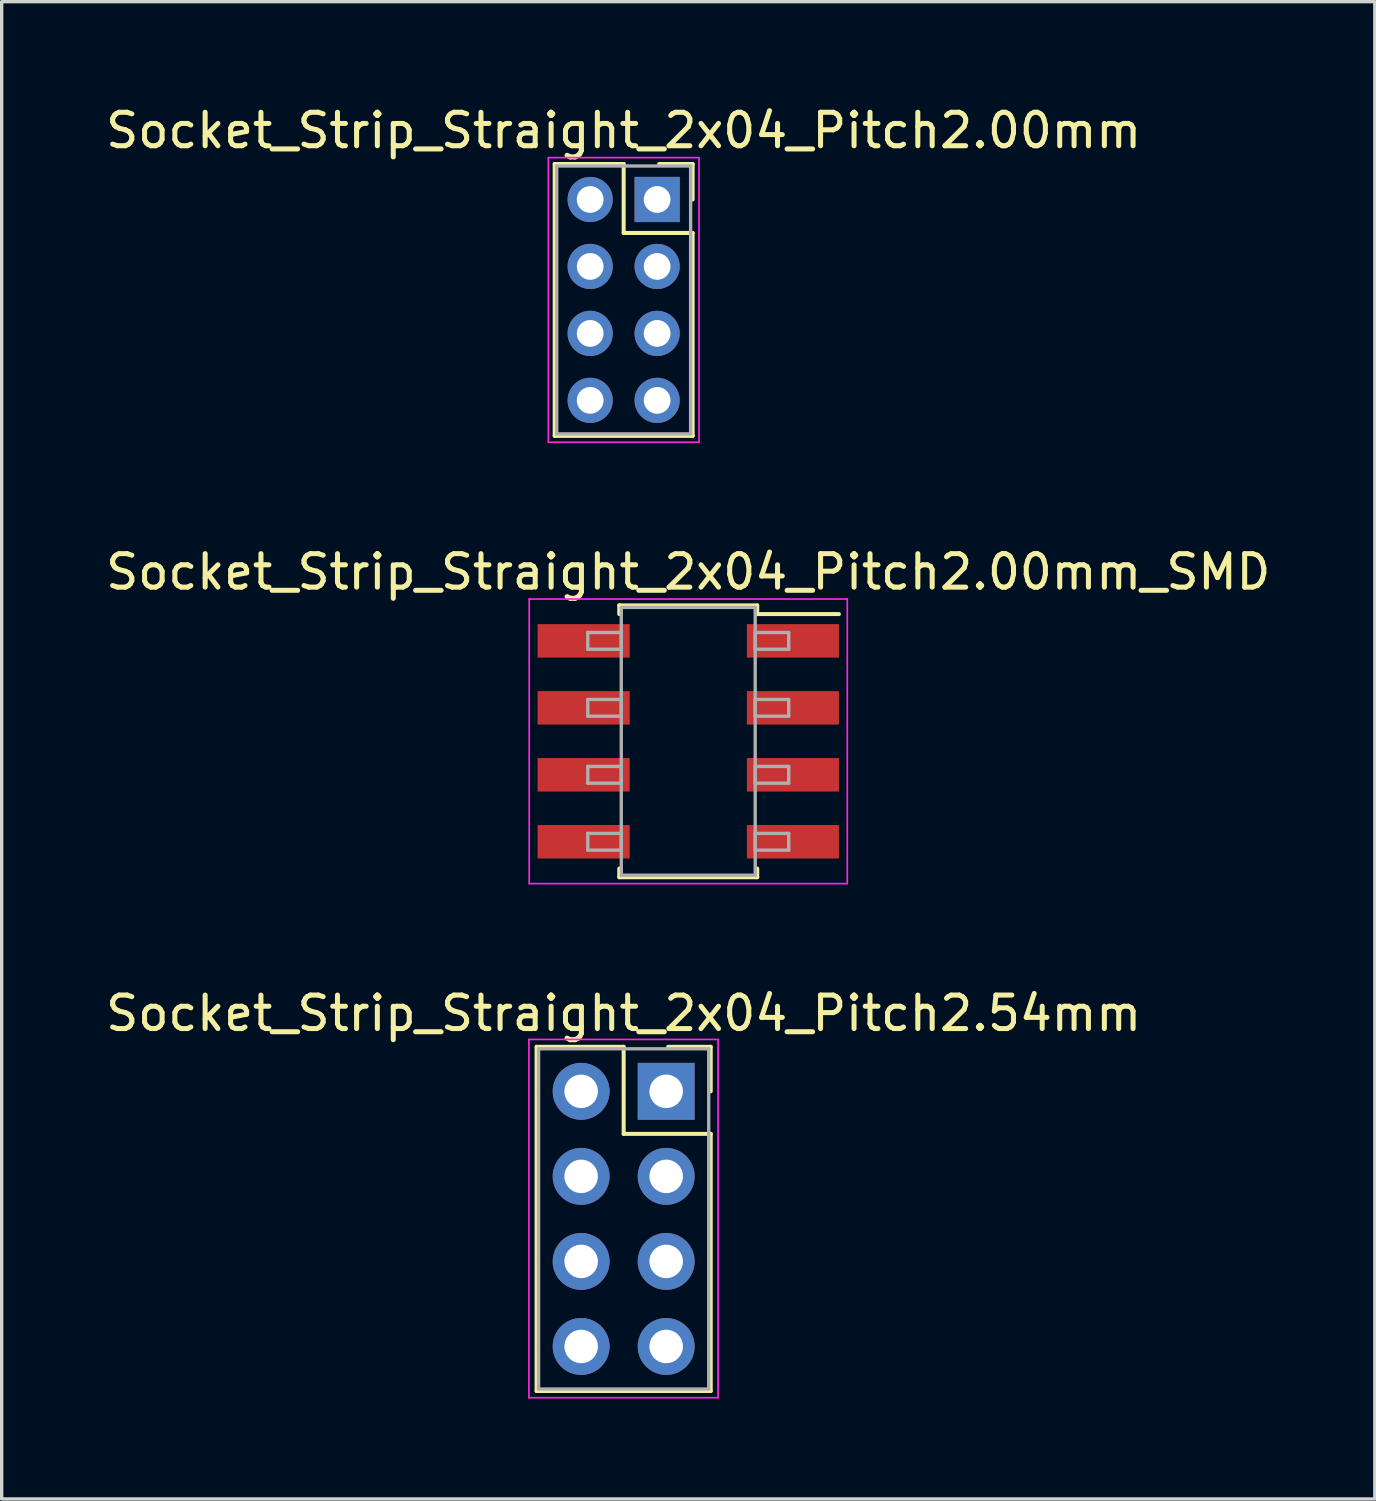
<source format=kicad_pcb>
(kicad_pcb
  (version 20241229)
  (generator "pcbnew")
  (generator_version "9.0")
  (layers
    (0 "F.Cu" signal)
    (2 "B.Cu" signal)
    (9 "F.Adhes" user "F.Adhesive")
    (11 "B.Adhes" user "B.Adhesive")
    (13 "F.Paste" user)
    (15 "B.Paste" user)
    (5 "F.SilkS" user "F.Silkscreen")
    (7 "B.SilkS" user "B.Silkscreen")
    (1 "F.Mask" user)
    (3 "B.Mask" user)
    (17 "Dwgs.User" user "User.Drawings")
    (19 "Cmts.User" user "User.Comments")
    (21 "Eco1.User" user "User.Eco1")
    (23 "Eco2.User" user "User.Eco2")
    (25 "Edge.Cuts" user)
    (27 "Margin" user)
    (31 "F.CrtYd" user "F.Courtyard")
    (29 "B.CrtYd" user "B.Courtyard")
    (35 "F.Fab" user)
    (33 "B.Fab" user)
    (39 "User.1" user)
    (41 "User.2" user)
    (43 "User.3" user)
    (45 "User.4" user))
  (footprint "Socket_Strip_Straight_2x04_Pitch2.00mm_SMD"
    (layer "F.Cu")
    (at 17.506 19.091)
    (property "Reference" "Socket_Strip_Straight_2x04_Pitch2.00mm_SMD" (at 0 -5.06 0) (layer "F.SilkS") (effects (font (size 1 1) (thickness 0.15))))
    (attr smd)
    (fp_line (start -2.06 -4.06) (end 2.06 -4.06) (stroke (width 0.12) (type solid)) (layer "F.SilkS"))
    (fp_line (start -2.06 -3.8) (end -2.06 -4.06) (stroke (width 0.12) (type solid)) (layer "F.SilkS"))
    (fp_line (start -2.06 3.8) (end -2.06 4.06) (stroke (width 0.12) (type solid)) (layer "F.SilkS"))
    (fp_line (start -2.06 4.06) (end 2.06 4.06) (stroke (width 0.12) (type solid)) (layer "F.SilkS"))
    (fp_line (start 2.06 -4.06) (end 2.06 -3.8) (stroke (width 0.12) (type solid)) (layer "F.SilkS"))
    (fp_line (start 2.06 4.06) (end 2.06 3.8) (stroke (width 0.12) (type solid)) (layer "F.SilkS"))
    (fp_line (start 4.5 -3.8) (end 2.06 -3.8) (stroke (width 0.12) (type solid)) (layer "F.SilkS"))
    (fp_line (start -4.75 -4.25) (end -4.75 4.25) (stroke (width 0.05) (type solid)) (layer "F.CrtYd"))
    (fp_line (start -4.75 4.25) (end 4.75 4.25) (stroke (width 0.05) (type solid)) (layer "F.CrtYd"))
    (fp_line (start 4.75 -4.25) (end -4.75 -4.25) (stroke (width 0.05) (type solid)) (layer "F.CrtYd"))
    (fp_line (start 4.75 4.25) (end 4.75 -4.25) (stroke (width 0.05) (type solid)) (layer "F.CrtYd"))
    (fp_line (start -3 -3.25) (end -2 -3.25) (stroke (width 0.1) (type solid)) (layer "F.Fab"))
    (fp_line (start -3 -2.75) (end -3 -3.25) (stroke (width 0.1) (type solid)) (layer "F.Fab"))
    (fp_line (start -3 -1.25) (end -2 -1.25) (stroke (width 0.1) (type solid)) (layer "F.Fab"))
    (fp_line (start -3 -0.75) (end -3 -1.25) (stroke (width 0.1) (type solid)) (layer "F.Fab"))
    (fp_line (start -3 0.75) (end -2 0.75) (stroke (width 0.1) (type solid)) (layer "F.Fab"))
    (fp_line (start -3 1.25) (end -3 0.75) (stroke (width 0.1) (type solid)) (layer "F.Fab"))
    (fp_line (start -3 2.75) (end -2 2.75) (stroke (width 0.1) (type solid)) (layer "F.Fab"))
    (fp_line (start -3 3.25) (end -3 2.75) (stroke (width 0.1) (type solid)) (layer "F.Fab"))
    (fp_line (start -2 -4) (end -2 4) (stroke (width 0.1) (type solid)) (layer "F.Fab"))
    (fp_line (start -2 -3.25) (end -2 -2.75) (stroke (width 0.1) (type solid)) (layer "F.Fab"))
    (fp_line (start -2 -2.75) (end -3 -2.75) (stroke (width 0.1) (type solid)) (layer "F.Fab"))
    (fp_line (start -2 -1.25) (end -2 -0.75) (stroke (width 0.1) (type solid)) (layer "F.Fab"))
    (fp_line (start -2 -0.75) (end -3 -0.75) (stroke (width 0.1) (type solid)) (layer "F.Fab"))
    (fp_line (start -2 0.75) (end -2 1.25) (stroke (width 0.1) (type solid)) (layer "F.Fab"))
    (fp_line (start -2 1.25) (end -3 1.25) (stroke (width 0.1) (type solid)) (layer "F.Fab"))
    (fp_line (start -2 2.75) (end -2 3.25) (stroke (width 0.1) (type solid)) (layer "F.Fab"))
    (fp_line (start -2 3.25) (end -3 3.25) (stroke (width 0.1) (type solid)) (layer "F.Fab"))
    (fp_line (start -2 4) (end 2 4) (stroke (width 0.1) (type solid)) (layer "F.Fab"))
    (fp_line (start 2 -4) (end -2 -4) (stroke (width 0.1) (type solid)) (layer "F.Fab"))
    (fp_line (start 2 -3.25) (end 2 -2.75) (stroke (width 0.1) (type solid)) (layer "F.Fab"))
    (fp_line (start 2 -2.75) (end 3 -2.75) (stroke (width 0.1) (type solid)) (layer "F.Fab"))
    (fp_line (start 2 -1.25) (end 2 -0.75) (stroke (width 0.1) (type solid)) (layer "F.Fab"))
    (fp_line (start 2 -0.75) (end 3 -0.75) (stroke (width 0.1) (type solid)) (layer "F.Fab"))
    (fp_line (start 2 0.75) (end 2 1.25) (stroke (width 0.1) (type solid)) (layer "F.Fab"))
    (fp_line (start 2 1.25) (end 3 1.25) (stroke (width 0.1) (type solid)) (layer "F.Fab"))
    (fp_line (start 2 2.75) (end 2 3.25) (stroke (width 0.1) (type solid)) (layer "F.Fab"))
    (fp_line (start 2 3.25) (end 3 3.25) (stroke (width 0.1) (type solid)) (layer "F.Fab"))
    (fp_line (start 2 4) (end 2 -4) (stroke (width 0.1) (type solid)) (layer "F.Fab"))
    (fp_line (start 3 -3.25) (end 2 -3.25) (stroke (width 0.1) (type solid)) (layer "F.Fab"))
    (fp_line (start 3 -2.75) (end 3 -3.25) (stroke (width 0.1) (type solid)) (layer "F.Fab"))
    (fp_line (start 3 -1.25) (end 2 -1.25) (stroke (width 0.1) (type solid)) (layer "F.Fab"))
    (fp_line (start 3 -0.75) (end 3 -1.25) (stroke (width 0.1) (type solid)) (layer "F.Fab"))
    (fp_line (start 3 0.75) (end 2 0.75) (stroke (width 0.1) (type solid)) (layer "F.Fab"))
    (fp_line (start 3 1.25) (end 3 0.75) (stroke (width 0.1) (type solid)) (layer "F.Fab"))
    (fp_line (start 3 2.75) (end 2 2.75) (stroke (width 0.1) (type solid)) (layer "F.Fab"))
    (fp_line (start 3 3.25) (end 3 2.75) (stroke (width 0.1) (type solid)) (layer "F.Fab"))
    (pad "1" smd rect (at 3.125 -3) (size 2.75 1) (layers "F.Cu" "F.Mask"))
    (pad "2" smd rect (at -3.125 -3) (size 2.75 1) (layers "F.Cu" "F.Mask"))
    (pad "3" smd rect (at 3.125 -1) (size 2.75 1) (layers "F.Cu" "F.Mask"))
    (pad "4" smd rect (at -3.125 -1) (size 2.75 1) (layers "F.Cu" "F.Mask"))
    (pad "5" smd rect (at 3.125 1) (size 2.75 1) (layers "F.Cu" "F.Mask"))
    (pad "6" smd rect (at -3.125 1) (size 2.75 1) (layers "F.Cu" "F.Mask"))
    (pad "7" smd rect (at 3.125 3) (size 2.75 1) (layers "F.Cu" "F.Mask"))
    (pad "8" smd rect (at -3.125 3) (size 2.75 1) (layers "F.Cu" "F.Mask")))
  (footprint "Socket_Strip_Straight_2x04_Pitch2.00mm"
    (layer "F.Cu")
    (at 16.577 2.908)
    (property "Reference" "Socket_Strip_Straight_2x04_Pitch2.00mm" (at -1 -2.06 0) (layer "F.SilkS") (effects (font (size 1 1) (thickness 0.15))))
    (attr through_hole)
    (fp_line (start -3.06 -1.06) (end -1 -1.06) (stroke (width 0.12) (type solid)) (layer "F.SilkS"))
    (fp_line (start -3.06 7.06) (end -3.06 -1.06) (stroke (width 0.12) (type solid)) (layer "F.SilkS"))
    (fp_line (start -1 -1.06) (end -1 1) (stroke (width 0.12) (type solid)) (layer "F.SilkS"))
    (fp_line (start -1 1) (end 1.06 1) (stroke (width 0.12) (type solid)) (layer "F.SilkS"))
    (fp_line (start 1.06 -1.06) (end 0.06 -1.06) (stroke (width 0.12) (type solid)) (layer "F.SilkS"))
    (fp_line (start 1.06 0) (end 1.06 -1.06) (stroke (width 0.12) (type solid)) (layer "F.SilkS"))
    (fp_line (start 1.06 1) (end 1.06 7.06) (stroke (width 0.12) (type solid)) (layer "F.SilkS"))
    (fp_line (start 1.06 7.06) (end -3.06 7.06) (stroke (width 0.12) (type solid)) (layer "F.SilkS"))
    (fp_line (start -3.25 -1.25) (end -3.25 7.25) (stroke (width 0.05) (type solid)) (layer "F.CrtYd"))
    (fp_line (start -3.25 7.25) (end 1.25 7.25) (stroke (width 0.05) (type solid)) (layer "F.CrtYd"))
    (fp_line (start 1.25 -1.25) (end -3.25 -1.25) (stroke (width 0.05) (type solid)) (layer "F.CrtYd"))
    (fp_line (start 1.25 7.25) (end 1.25 -1.25) (stroke (width 0.05) (type solid)) (layer "F.CrtYd"))
    (fp_line (start -3 -1) (end -3 7) (stroke (width 0.1) (type solid)) (layer "F.Fab"))
    (fp_line (start -3 7) (end 1 7) (stroke (width 0.1) (type solid)) (layer "F.Fab"))
    (fp_line (start 1 -1) (end -3 -1) (stroke (width 0.1) (type solid)) (layer "F.Fab"))
    (fp_line (start 1 7) (end 1 -1) (stroke (width 0.1) (type solid)) (layer "F.Fab"))
    (pad "1" thru_hole rect (at 0 0) (size 1.35 1.35) (drill 0.8) (layers "*.Cu" "*.Mask"))
    (pad "2" thru_hole oval (at -2 0) (size 1.35 1.35) (drill 0.8) (layers "*.Cu" "*.Mask"))
    (pad "3" thru_hole oval (at 0 2) (size 1.35 1.35) (drill 0.8) (layers "*.Cu" "*.Mask"))
    (pad "4" thru_hole oval (at -2 2) (size 1.35 1.35) (drill 0.8) (layers "*.Cu" "*.Mask"))
    (pad "5" thru_hole oval (at 0 4) (size 1.35 1.35) (drill 0.8) (layers "*.Cu" "*.Mask"))
    (pad "6" thru_hole oval (at -2 4) (size 1.35 1.35) (drill 0.8) (layers "*.Cu" "*.Mask"))
    (pad "7" thru_hole oval (at 0 6) (size 1.35 1.35) (drill 0.8) (layers "*.Cu" "*.Mask"))
    (pad "8" thru_hole oval (at -2 6) (size 1.35 1.35) (drill 0.8) (layers "*.Cu" "*.Mask")))
  (footprint "Socket_Strip_Straight_2x04_Pitch2.54mm"
    (layer "F.Cu")
    (at 16.847 29.545)
    (property "Reference" "Socket_Strip_Straight_2x04_Pitch2.54mm" (at -1.27 -2.33 0) (layer "F.SilkS") (effects (font (size 1 1) (thickness 0.15))))
    (attr through_hole)
    (fp_line (start -3.87 -1.33) (end -1.27 -1.33) (stroke (width 0.12) (type solid)) (layer "F.SilkS"))
    (fp_line (start -3.87 8.95) (end -3.87 -1.33) (stroke (width 0.12) (type solid)) (layer "F.SilkS"))
    (fp_line (start -1.27 -1.33) (end -1.27 1.27) (stroke (width 0.12) (type solid)) (layer "F.SilkS"))
    (fp_line (start -1.27 1.27) (end 1.33 1.27) (stroke (width 0.12) (type solid)) (layer "F.SilkS"))
    (fp_line (start 1.33 -1.33) (end 0.06 -1.33) (stroke (width 0.12) (type solid)) (layer "F.SilkS"))
    (fp_line (start 1.33 0) (end 1.33 -1.33) (stroke (width 0.12) (type solid)) (layer "F.SilkS"))
    (fp_line (start 1.33 1.27) (end 1.33 8.95) (stroke (width 0.12) (type solid)) (layer "F.SilkS"))
    (fp_line (start 1.33 8.95) (end -3.87 8.95) (stroke (width 0.12) (type solid)) (layer "F.SilkS"))
    (fp_line (start -4.1 -1.55) (end -4.1 9.15) (stroke (width 0.05) (type solid)) (layer "F.CrtYd"))
    (fp_line (start -4.1 9.15) (end 1.55 9.15) (stroke (width 0.05) (type solid)) (layer "F.CrtYd"))
    (fp_line (start 1.55 -1.55) (end -4.1 -1.55) (stroke (width 0.05) (type solid)) (layer "F.CrtYd"))
    (fp_line (start 1.55 9.15) (end 1.55 -1.55) (stroke (width 0.05) (type solid)) (layer "F.CrtYd"))
    (fp_line (start -3.81 -1.27) (end -3.81 8.89) (stroke (width 0.1) (type solid)) (layer "F.Fab"))
    (fp_line (start -3.81 8.89) (end 1.27 8.89) (stroke (width 0.1) (type solid)) (layer "F.Fab"))
    (fp_line (start 1.27 -1.27) (end -3.81 -1.27) (stroke (width 0.1) (type solid)) (layer "F.Fab"))
    (fp_line (start 1.27 8.89) (end 1.27 -1.27) (stroke (width 0.1) (type solid)) (layer "F.Fab"))
    (pad "1" thru_hole rect (at 0 0) (size 1.7 1.7) (drill 1) (layers "*.Cu" "*.Mask"))
    (pad "2" thru_hole oval (at -2.54 0) (size 1.7 1.7) (drill 1) (layers "*.Cu" "*.Mask"))
    (pad "3" thru_hole oval (at 0 2.54) (size 1.7 1.7) (drill 1) (layers "*.Cu" "*.Mask"))
    (pad "4" thru_hole oval (at -2.54 2.54) (size 1.7 1.7) (drill 1) (layers "*.Cu" "*.Mask"))
    (pad "5" thru_hole oval (at 0 5.08) (size 1.7 1.7) (drill 1) (layers "*.Cu" "*.Mask"))
    (pad "6" thru_hole oval (at -2.54 5.08) (size 1.7 1.7) (drill 1) (layers "*.Cu" "*.Mask"))
    (pad "7" thru_hole oval (at 0 7.62) (size 1.7 1.7) (drill 1) (layers "*.Cu" "*.Mask"))
    (pad "8" thru_hole oval (at -2.54 7.62) (size 1.7 1.7) (drill 1) (layers "*.Cu" "*.Mask")))
  (gr_rect
    (start -3 -3)
    (end 38.012 41.72)
    (stroke (width 0.1) (type default))
    (fill no)
    (layer "Edge.Cuts")))
</source>
